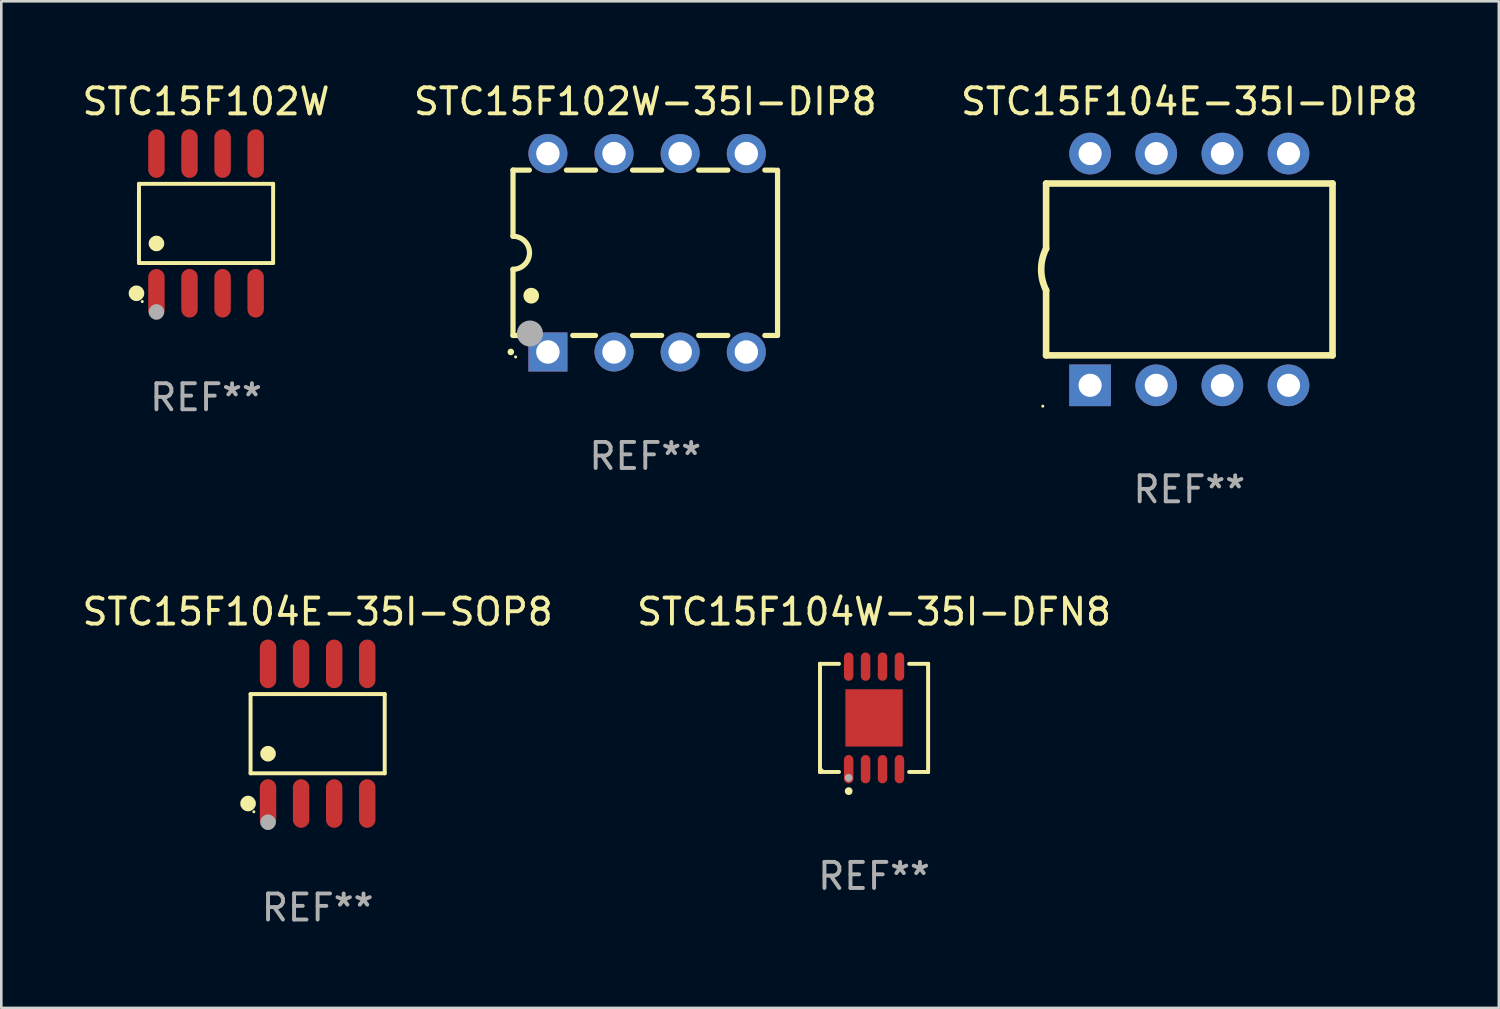
<source format=kicad_pcb>
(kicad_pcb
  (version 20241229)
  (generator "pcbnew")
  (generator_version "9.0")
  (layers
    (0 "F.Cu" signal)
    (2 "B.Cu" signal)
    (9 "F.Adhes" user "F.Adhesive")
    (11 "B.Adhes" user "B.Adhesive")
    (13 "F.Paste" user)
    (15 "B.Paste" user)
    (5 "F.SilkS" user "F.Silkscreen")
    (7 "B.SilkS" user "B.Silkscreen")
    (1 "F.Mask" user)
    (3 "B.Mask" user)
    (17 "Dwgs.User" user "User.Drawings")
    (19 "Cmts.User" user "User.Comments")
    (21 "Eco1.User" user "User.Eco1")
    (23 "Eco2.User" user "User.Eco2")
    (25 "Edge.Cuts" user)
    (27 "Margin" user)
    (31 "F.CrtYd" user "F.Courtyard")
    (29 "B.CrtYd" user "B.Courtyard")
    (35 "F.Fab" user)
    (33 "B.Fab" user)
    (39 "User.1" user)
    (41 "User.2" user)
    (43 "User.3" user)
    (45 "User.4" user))
  (footprint "STC15F104E-35I-DIP8"
    (layer "F.Cu")
    (at 42.625 7.298)
    (property "Reference" "STC15F104E-35I-DIP8" (at 0 -6.45 0) (layer "F.SilkS") (effects (font (size 1 1) (thickness 0.15))))
    (attr through_hole)
    (fp_line (start -5.5 -3.3) (end -5.5 -0.8) (stroke (width 0.254) (type solid)) (layer "F.SilkS"))
    (fp_line (start -5.5 -3.3) (end 5.5 -3.3) (stroke (width 0.254) (type solid)) (layer "F.SilkS"))
    (fp_line (start -5.5 3.3) (end -5.5 0.8) (stroke (width 0.254) (type solid)) (layer "F.SilkS"))
    (fp_line (start -5.5 3.3) (end 5.5 3.3) (stroke (width 0.254) (type solid)) (layer "F.SilkS"))
    (fp_line (start 5.5 3.3) (end 5.5 -3.3) (stroke (width 0.254) (type solid)) (layer "F.SilkS"))
    (fp_arc (start -5.499111 0.800101) (mid -5.688281 0.000155) (end -5.5 -0.8) (stroke (width 0.254001) (type solid)) (layer "F.SilkS"))
    (fp_circle (center -5.627 5.25) (end -5.597 5.25) (stroke (width 0.06) (type solid)) (fill no) (layer "F.SilkS"))
    (fp_text user "REF**" (at 0 8.45 0) (layer "F.Fab") (effects (font (size 1 1) (thickness 0.15))))
    (pad "1" thru_hole rect (at -3.81 4.45) (size 1.6 1.6) (drill 0.889) (layers "*.Cu" "*.Mask"))
    (pad "2" thru_hole circle (at -1.27 4.45) (size 1.6 1.6) (drill 0.889) (layers "*.Cu" "*.Mask"))
    (pad "3" thru_hole circle (at 1.27 4.45) (size 1.6 1.6) (drill 0.889) (layers "*.Cu" "*.Mask"))
    (pad "4" thru_hole circle (at 3.81 4.45) (size 1.6 1.6) (drill 0.889) (layers "*.Cu" "*.Mask"))
    (pad "5" thru_hole circle (at 3.81 -4.45) (size 1.6 1.6) (drill 0.889) (layers "*.Cu" "*.Mask"))
    (pad "6" thru_hole circle (at 1.27 -4.45) (size 1.6 1.6) (drill 0.889) (layers "*.Cu" "*.Mask"))
    (pad "7" thru_hole circle (at -1.27 -4.45) (size 1.6 1.6) (drill 0.889) (layers "*.Cu" "*.Mask"))
    (pad "8" thru_hole circle (at -3.81 -4.45) (size 1.6 1.6) (drill 0.889) (layers "*.Cu" "*.Mask")))
  (footprint "STC15F102W-35I-DIP8"
    (layer "F.Cu")
    (at 21.732 6.658)
    (property "Reference" "STC15F102W-35I-DIP8" (at 0 -5.81 0) (layer "F.SilkS") (effects (font (size 1 1) (thickness 0.15))))
    (attr through_hole)
    (fp_line (start -5.08 -3.175) (end -4.451 -3.175) (stroke (width 0.2) (type solid)) (layer "F.SilkS"))
    (fp_line (start -5.08 -0.635) (end -5.08 -3.175) (stroke (width 0.2) (type solid)) (layer "F.SilkS"))
    (fp_line (start -5.08 3.175) (end -5.08 0.635) (stroke (width 0.2) (type solid)) (layer "F.SilkS"))
    (fp_line (start -4.694 3.175) (end -5.08 3.175) (stroke (width 0.2) (type solid)) (layer "F.SilkS"))
    (fp_line (start -3.029 -3.175) (end -1.911 -3.175) (stroke (width 0.2) (type solid)) (layer "F.SilkS"))
    (fp_line (start -1.911 3.175) (end -2.786 3.175) (stroke (width 0.2) (type solid)) (layer "F.SilkS"))
    (fp_line (start -0.489 -3.175) (end 0.629 -3.175) (stroke (width 0.2) (type solid)) (layer "F.SilkS"))
    (fp_line (start 0.629 3.175) (end -0.489 3.175) (stroke (width 0.2) (type solid)) (layer "F.SilkS"))
    (fp_line (start 2.051 -3.175) (end 3.169 -3.175) (stroke (width 0.2) (type solid)) (layer "F.SilkS"))
    (fp_line (start 3.169 3.175) (end 2.051 3.175) (stroke (width 0.2) (type solid)) (layer "F.SilkS"))
    (fp_line (start 4.591 -3.175) (end 4.97 -3.175) (stroke (width 0.2) (type solid)) (layer "F.SilkS"))
    (fp_line (start 5.074 3.175) (end 4.591 3.175) (stroke (width 0.2) (type solid)) (layer "F.SilkS"))
    (fp_line (start 5.08 -3.175) (end 5.08 3.175) (stroke (width 0.2) (type solid)) (layer "F.SilkS"))
    (fp_arc (start -5.164948 3.810008) (mid -5.164955 3.808738) (end -5.164948 3.807468) (stroke (width 0.25) (type solid)) (layer "F.SilkS"))
    (fp_arc (start -5.081128 -0.635001) (mid -4.446127 0) (end -5.081128 0.635001) (stroke (width 0.2) (type solid)) (layer "F.SilkS"))
    (fp_arc (start -4.380086 1.651003) (mid -4.380097 1.648463) (end -4.380086 1.645923) (stroke (width 0.6) (type solid)) (layer "F.SilkS"))
    (fp_circle (center -4.98 4) (end -4.95 4) (stroke (width 0.06) (type solid)) (fill no) (layer "F.SilkS"))
    (fp_circle (center -4.43 3.1) (end -4.18 3.1) (stroke (width 0.5) (type solid)) (fill no) (layer "F.Fab"))
    (fp_text user "REF**" (at 0 7.81 0) (layer "F.Fab") (effects (font (size 1 1) (thickness 0.15))))
    (pad "1" thru_hole rect (at -3.74 3.81) (size 1.5 1.5) (drill 0.9) (layers "*.Cu" "*.Mask"))
    (pad "2" thru_hole circle (at -1.2 3.81) (size 1.5 1.5) (drill 0.9) (layers "*.Cu" "*.Mask"))
    (pad "3" thru_hole circle (at 1.34 3.81) (size 1.5 1.5) (drill 0.9) (layers "*.Cu" "*.Mask"))
    (pad "4" thru_hole circle (at 3.88 3.81) (size 1.5 1.5) (drill 0.9) (layers "*.Cu" "*.Mask"))
    (pad "5" thru_hole circle (at 3.88 -3.81) (size 1.5 1.5) (drill 0.9) (layers "*.Cu" "*.Mask"))
    (pad "6" thru_hole circle (at 1.34 -3.81) (size 1.5 1.5) (drill 0.9) (layers "*.Cu" "*.Mask"))
    (pad "7" thru_hole circle (at -1.2 -3.81) (size 1.5 1.5) (drill 0.9) (layers "*.Cu" "*.Mask"))
    (pad "8" thru_hole circle (at -3.74 -3.81) (size 1.5 1.5) (drill 0.9) (layers "*.Cu" "*.Mask")))
  (footprint "STC15F102W"
    (layer "F.Cu")
    (at 4.863 5.531)
    (property "Reference" "STC15F102W" (at 0 -4.682 0) (layer "F.SilkS") (effects (font (size 1 1) (thickness 0.15))))
    (attr through_hole)
    (fp_line (start -2.576 -1.521) (end 2.576 -1.521) (stroke (width 0.152) (type solid)) (layer "F.SilkS"))
    (fp_line (start -2.576 1.521) (end -2.576 -1.521) (stroke (width 0.152) (type solid)) (layer "F.SilkS"))
    (fp_line (start 2.576 -1.521) (end 2.576 1.521) (stroke (width 0.152) (type solid)) (layer "F.SilkS"))
    (fp_line (start 2.576 1.521) (end -2.576 1.521) (stroke (width 0.152) (type solid)) (layer "F.SilkS"))
    (fp_circle (center -2.672 2.682) (end -2.522 2.682) (stroke (width 0.3) (type solid)) (fill no) (layer "F.SilkS"))
    (fp_circle (center -2.45 3) (end -2.42 3) (stroke (width 0.06) (type solid)) (fill no) (layer "F.SilkS"))
    (fp_circle (center -1.905 0.769) (end -1.755 0.769) (stroke (width 0.3) (type solid)) (fill no) (layer "F.SilkS"))
    (fp_circle (center -1.905 3.4) (end -1.755 3.4) (stroke (width 0.3) (type solid)) (fill no) (layer "F.Fab"))
    (fp_text user "REF**" (at 0 6.682 0) (layer "F.Fab") (effects (font (size 1 1) (thickness 0.15))))
    (pad "1" smd oval (at -1.905 2.682) (size 0.63 1.865) (layers "F.Cu" "F.Mask" "F.Paste"))
    (pad "2" smd oval (at -0.635 2.682) (size 0.63 1.865) (layers "F.Cu" "F.Mask" "F.Paste"))
    (pad "3" smd oval (at 0.635 2.682) (size 0.63 1.865) (layers "F.Cu" "F.Mask" "F.Paste"))
    (pad "4" smd oval (at 1.905 2.682) (size 0.63 1.865) (layers "F.Cu" "F.Mask" "F.Paste"))
    (pad "5" smd oval (at 1.905 -2.682) (size 0.63 1.865) (layers "F.Cu" "F.Mask" "F.Paste"))
    (pad "6" smd oval (at 0.635 -2.682) (size 0.63 1.865) (layers "F.Cu" "F.Mask" "F.Paste"))
    (pad "7" smd oval (at -0.635 -2.682) (size 0.63 1.865) (layers "F.Cu" "F.Mask" "F.Paste"))
    (pad "8" smd oval (at -1.905 -2.682) (size 0.63 1.865) (layers "F.Cu" "F.Mask" "F.Paste")))
  (footprint "STC15F104E-35I-SOP8"
    (layer "F.Cu")
    (at 9.149 25.127)
    (property "Reference" "STC15F104E-35I-SOP8" (at 0 -4.682 0) (layer "F.SilkS") (effects (font (size 1 1) (thickness 0.15))))
    (attr through_hole)
    (fp_line (start -2.576 -1.521) (end 2.576 -1.521) (stroke (width 0.152) (type solid)) (layer "F.SilkS"))
    (fp_line (start -2.576 1.521) (end -2.576 -1.521) (stroke (width 0.152) (type solid)) (layer "F.SilkS"))
    (fp_line (start 2.576 -1.521) (end 2.576 1.521) (stroke (width 0.152) (type solid)) (layer "F.SilkS"))
    (fp_line (start 2.576 1.521) (end -2.576 1.521) (stroke (width 0.152) (type solid)) (layer "F.SilkS"))
    (fp_circle (center -2.672 2.682) (end -2.522 2.682) (stroke (width 0.3) (type solid)) (fill no) (layer "F.SilkS"))
    (fp_circle (center -2.45 3) (end -2.42 3) (stroke (width 0.06) (type solid)) (fill no) (layer "F.SilkS"))
    (fp_circle (center -1.905 0.769) (end -1.755 0.769) (stroke (width 0.3) (type solid)) (fill no) (layer "F.SilkS"))
    (fp_circle (center -1.905 3.4) (end -1.755 3.4) (stroke (width 0.3) (type solid)) (fill no) (layer "F.Fab"))
    (fp_text user "REF**" (at 0 6.682 0) (layer "F.Fab") (effects (font (size 1 1) (thickness 0.15))))
    (pad "1" smd oval (at -1.905 2.682) (size 0.63 1.865) (layers "F.Cu" "F.Mask" "F.Paste"))
    (pad "2" smd oval (at -0.635 2.682) (size 0.63 1.865) (layers "F.Cu" "F.Mask" "F.Paste"))
    (pad "3" smd oval (at 0.635 2.682) (size 0.63 1.865) (layers "F.Cu" "F.Mask" "F.Paste"))
    (pad "4" smd oval (at 1.905 2.682) (size 0.63 1.865) (layers "F.Cu" "F.Mask" "F.Paste"))
    (pad "5" smd oval (at 1.905 -2.682) (size 0.63 1.865) (layers "F.Cu" "F.Mask" "F.Paste"))
    (pad "6" smd oval (at 0.635 -2.682) (size 0.63 1.865) (layers "F.Cu" "F.Mask" "F.Paste"))
    (pad "7" smd oval (at -0.635 -2.682) (size 0.63 1.865) (layers "F.Cu" "F.Mask" "F.Paste"))
    (pad "8" smd oval (at -1.905 -2.682) (size 0.63 1.865) (layers "F.Cu" "F.Mask" "F.Paste")))
  (footprint "STC15F104W-35I-DFN8"
    (layer "F.Cu")
    (at 30.518 24.521)
    (property "Reference" "STC15F104W-35I-DFN8" (at 0 -4.076 0) (layer "F.SilkS") (effects (font (size 1 1) (thickness 0.15))))
    (attr through_hole)
    (fp_line (start -2.076 -2.076) (end -2.076 -2.076) (stroke (width 0.152) (type solid)) (layer "F.SilkS"))
    (fp_line (start -2.076 -2.076) (end -1.347 -2.076) (stroke (width 0.152) (type solid)) (layer "F.SilkS"))
    (fp_line (start -2.076 2.076) (end -2.076 -2.076) (stroke (width 0.152) (type solid)) (layer "F.SilkS"))
    (fp_line (start -2.076 2.076) (end -2.076 2.076) (stroke (width 0.152) (type solid)) (layer "F.SilkS"))
    (fp_line (start -1.347 2.076) (end -2.076 2.076) (stroke (width 0.152) (type solid)) (layer "F.SilkS"))
    (fp_line (start 1.347 2.076) (end 2.076 2.076) (stroke (width 0.152) (type solid)) (layer "F.SilkS"))
    (fp_line (start 2.076 -2.076) (end 1.347 -2.076) (stroke (width 0.152) (type solid)) (layer "F.SilkS"))
    (fp_line (start 2.076 -2.076) (end 2.076 -2.076) (stroke (width 0.152) (type solid)) (layer "F.SilkS"))
    (fp_line (start 2.076 2.076) (end 2.076 -2.076) (stroke (width 0.152) (type solid)) (layer "F.SilkS"))
    (fp_line (start 2.076 2.076) (end 2.076 2.076) (stroke (width 0.152) (type solid)) (layer "F.SilkS"))
    (fp_circle (center -2 2) (end -1.97 2) (stroke (width 0.06) (type solid)) (fill no) (layer "F.SilkS"))
    (fp_circle (center -0.975 2.812) (end -0.9 2.812) (stroke (width 0.15) (type solid)) (fill no) (layer "F.SilkS"))
    (fp_circle (center -0.975 2.3) (end -0.9 2.3) (stroke (width 0.15) (type solid)) (fill no) (layer "F.Fab"))
    (fp_text user "REF**" (at 0 6.076 0) (layer "F.Fab") (effects (font (size 1 1) (thickness 0.15))))
    (pad "1" smd oval (at -0.975 1.969) (size 0.364 1.087) (layers "F.Cu" "F.Mask" "F.Paste"))
    (pad "2" smd oval (at -0.325 1.969) (size 0.364 1.087) (layers "F.Cu" "F.Mask" "F.Paste"))
    (pad "3" smd oval (at 0.325 1.969) (size 0.364 1.087) (layers "F.Cu" "F.Mask" "F.Paste"))
    (pad "4" smd oval (at 0.975 1.969) (size 0.364 1.087) (layers "F.Cu" "F.Mask" "F.Paste"))
    (pad "5" smd oval (at 0.975 -1.969) (size 0.364 1.087) (layers "F.Cu" "F.Mask" "F.Paste"))
    (pad "6" smd oval (at 0.325 -1.969) (size 0.364 1.087) (layers "F.Cu" "F.Mask" "F.Paste"))
    (pad "7" smd oval (at -0.325 -1.969) (size 0.364 1.087) (layers "F.Cu" "F.Mask" "F.Paste"))
    (pad "8" smd oval (at -0.975 -1.969) (size 0.364 1.087) (layers "F.Cu" "F.Mask" "F.Paste"))
    (pad "9" smd rect (at 0 0) (size 2.2 2.2) (layers "F.Cu" "F.Mask" "F.Paste")))
  (gr_rect
    (start -3 -3)
    (end 54.512 35.658)
    (stroke (width 0.1) (type default))
    (fill no)
    (layer "Edge.Cuts")))
</source>
